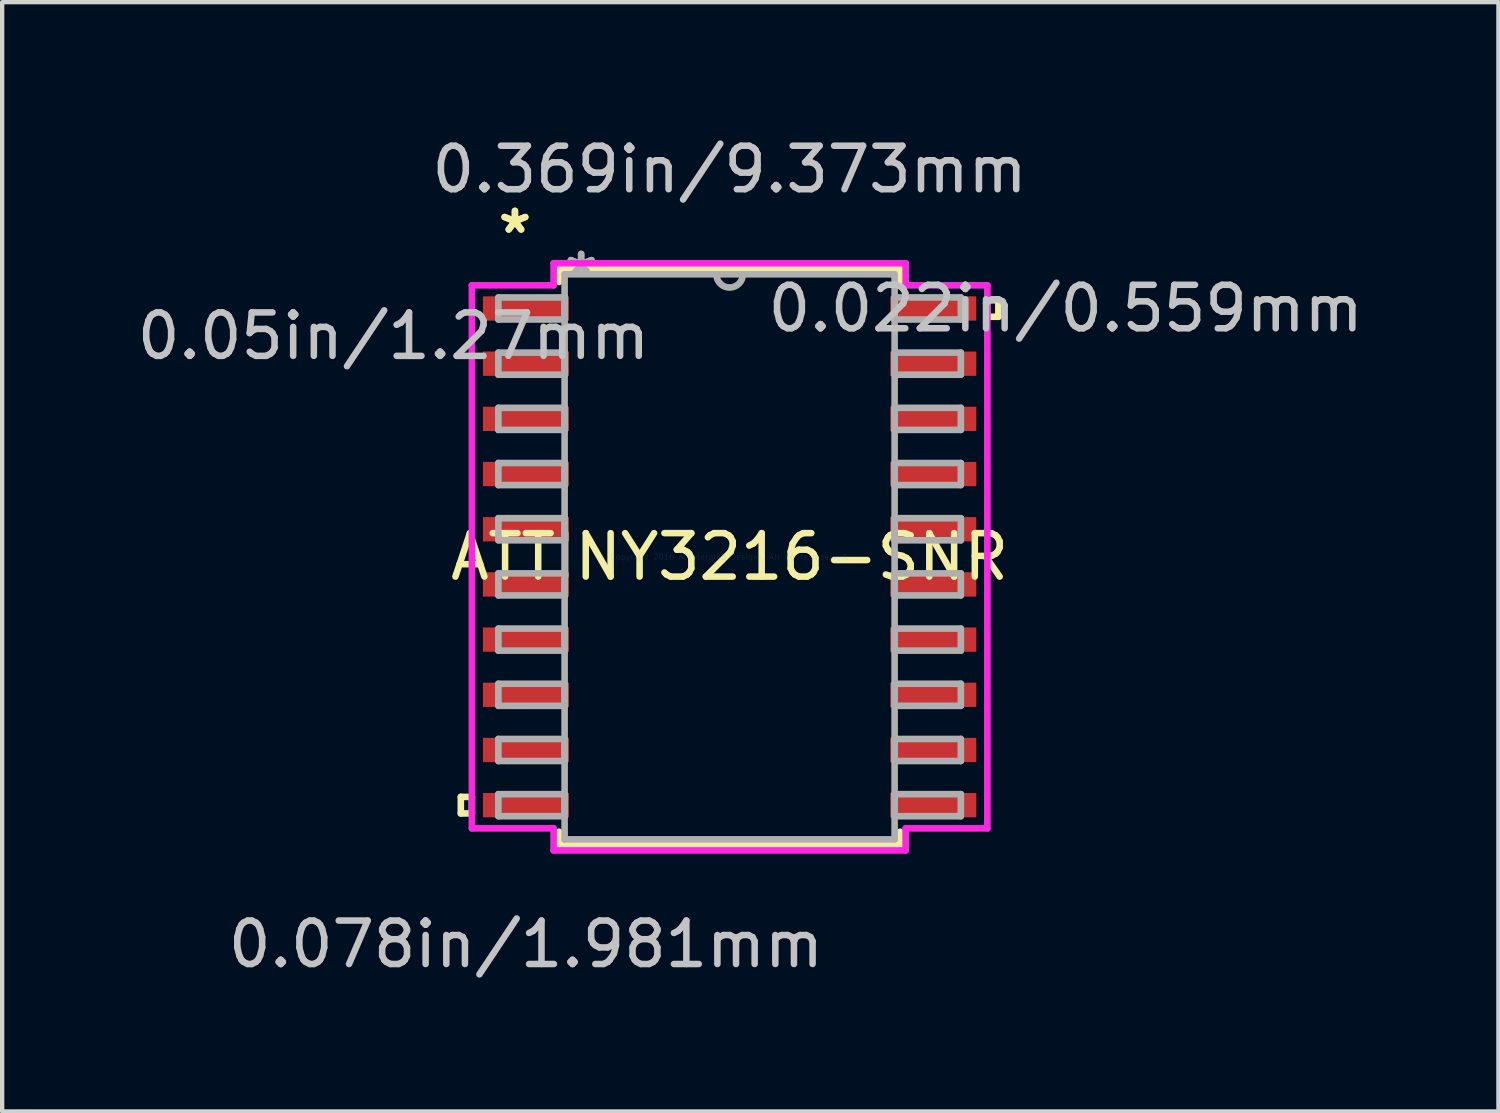
<source format=kicad_pcb>
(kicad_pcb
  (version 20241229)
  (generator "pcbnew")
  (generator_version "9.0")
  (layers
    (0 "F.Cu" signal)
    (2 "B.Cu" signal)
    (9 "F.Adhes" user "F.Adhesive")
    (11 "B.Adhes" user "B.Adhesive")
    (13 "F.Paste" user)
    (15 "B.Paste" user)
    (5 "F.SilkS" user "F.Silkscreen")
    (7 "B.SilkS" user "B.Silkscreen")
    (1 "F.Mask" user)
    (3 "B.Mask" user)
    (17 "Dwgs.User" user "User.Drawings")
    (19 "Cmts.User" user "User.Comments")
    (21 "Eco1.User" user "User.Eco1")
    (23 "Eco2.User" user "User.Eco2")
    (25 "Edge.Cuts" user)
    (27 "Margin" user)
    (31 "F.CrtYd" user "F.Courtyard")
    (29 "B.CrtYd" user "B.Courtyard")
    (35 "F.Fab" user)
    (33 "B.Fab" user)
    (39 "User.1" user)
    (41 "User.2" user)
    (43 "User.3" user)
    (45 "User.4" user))
  (footprint "ATTINY3216-SNR"
    (layer "F.Cu")
    (at 13.74 9.764)
    (property "Reference" "ATTINY3216-SNR" (at 0 0 0) (layer "F.SilkS") (effects (font (size 1 1) (thickness 0.15))))
    (attr through_hole)
    (fp_line (start -6.185 5.524) (end -6.185 5.905) (stroke (width 0.152) (type solid)) (layer "F.SilkS"))
    (fp_line (start -6.185 5.905) (end -5.931 5.905) (stroke (width 0.152) (type solid)) (layer "F.SilkS"))
    (fp_line (start -5.931 5.524) (end -6.185 5.524) (stroke (width 0.152) (type solid)) (layer "F.SilkS"))
    (fp_line (start -5.931 5.905) (end -5.931 5.524) (stroke (width 0.152) (type solid)) (layer "F.SilkS"))
    (fp_line (start -3.924 -6.629) (end -3.924 -6.327) (stroke (width 0.152) (type solid)) (layer "F.SilkS"))
    (fp_line (start -3.924 6.327) (end -3.924 6.629) (stroke (width 0.152) (type solid)) (layer "F.SilkS"))
    (fp_line (start -3.924 6.629) (end 3.924 6.629) (stroke (width 0.152) (type solid)) (layer "F.SilkS"))
    (fp_line (start 3.924 -6.629) (end -3.924 -6.629) (stroke (width 0.152) (type solid)) (layer "F.SilkS"))
    (fp_line (start 3.924 -6.327) (end 3.924 -6.629) (stroke (width 0.152) (type solid)) (layer "F.SilkS"))
    (fp_line (start 3.924 6.629) (end 3.924 6.327) (stroke (width 0.152) (type solid)) (layer "F.SilkS"))
    (fp_line (start 5.931 -5.905) (end 6.185 -5.905) (stroke (width 0.152) (type solid)) (layer "F.SilkS"))
    (fp_line (start 5.931 -5.524) (end 5.931 -5.905) (stroke (width 0.152) (type solid)) (layer "F.SilkS"))
    (fp_line (start 6.185 -5.905) (end 6.185 -5.524) (stroke (width 0.152) (type solid)) (layer "F.SilkS"))
    (fp_line (start 6.185 -5.524) (end 5.931 -5.524) (stroke (width 0.152) (type solid)) (layer "F.SilkS"))
    (fp_line (start -5.931 -6.248) (end -4.051 -6.248) (stroke (width 0.152) (type solid)) (layer "F.CrtYd"))
    (fp_line (start -5.931 6.248) (end -5.931 -6.248) (stroke (width 0.152) (type solid)) (layer "F.CrtYd"))
    (fp_line (start -4.051 -6.756) (end 4.051 -6.756) (stroke (width 0.152) (type solid)) (layer "F.CrtYd"))
    (fp_line (start -4.051 -6.248) (end -4.051 -6.756) (stroke (width 0.152) (type solid)) (layer "F.CrtYd"))
    (fp_line (start -4.051 6.248) (end -5.931 6.248) (stroke (width 0.152) (type solid)) (layer "F.CrtYd"))
    (fp_line (start -4.051 6.756) (end -4.051 6.248) (stroke (width 0.152) (type solid)) (layer "F.CrtYd"))
    (fp_line (start 4.051 -6.756) (end 4.051 -6.248) (stroke (width 0.152) (type solid)) (layer "F.CrtYd"))
    (fp_line (start 4.051 -6.248) (end 5.931 -6.248) (stroke (width 0.152) (type solid)) (layer "F.CrtYd"))
    (fp_line (start 4.051 6.248) (end 4.051 6.756) (stroke (width 0.152) (type solid)) (layer "F.CrtYd"))
    (fp_line (start 4.051 6.756) (end -4.051 6.756) (stroke (width 0.152) (type solid)) (layer "F.CrtYd"))
    (fp_line (start 5.931 -6.248) (end 5.931 6.248) (stroke (width 0.152) (type solid)) (layer "F.CrtYd"))
    (fp_line (start 5.931 6.248) (end 4.051 6.248) (stroke (width 0.152) (type solid)) (layer "F.CrtYd"))
    (fp_line (start -5.321 -5.969) (end -5.321 -5.461) (stroke (width 0.152) (type solid)) (layer "F.Fab"))
    (fp_line (start -5.321 -5.461) (end -3.797 -5.461) (stroke (width 0.152) (type solid)) (layer "F.Fab"))
    (fp_line (start -5.321 -4.699) (end -5.321 -4.191) (stroke (width 0.152) (type solid)) (layer "F.Fab"))
    (fp_line (start -5.321 -4.191) (end -3.797 -4.191) (stroke (width 0.152) (type solid)) (layer "F.Fab"))
    (fp_line (start -5.321 -3.429) (end -5.321 -2.921) (stroke (width 0.152) (type solid)) (layer "F.Fab"))
    (fp_line (start -5.321 -2.921) (end -3.797 -2.921) (stroke (width 0.152) (type solid)) (layer "F.Fab"))
    (fp_line (start -5.321 -2.159) (end -5.321 -1.651) (stroke (width 0.152) (type solid)) (layer "F.Fab"))
    (fp_line (start -5.321 -1.651) (end -3.797 -1.651) (stroke (width 0.152) (type solid)) (layer "F.Fab"))
    (fp_line (start -5.321 -0.889) (end -5.321 -0.381) (stroke (width 0.152) (type solid)) (layer "F.Fab"))
    (fp_line (start -5.321 -0.381) (end -3.797 -0.381) (stroke (width 0.152) (type solid)) (layer "F.Fab"))
    (fp_line (start -5.321 0.381) (end -5.321 0.889) (stroke (width 0.152) (type solid)) (layer "F.Fab"))
    (fp_line (start -5.321 0.889) (end -3.797 0.889) (stroke (width 0.152) (type solid)) (layer "F.Fab"))
    (fp_line (start -5.321 1.651) (end -5.321 2.159) (stroke (width 0.152) (type solid)) (layer "F.Fab"))
    (fp_line (start -5.321 2.159) (end -3.797 2.159) (stroke (width 0.152) (type solid)) (layer "F.Fab"))
    (fp_line (start -5.321 2.921) (end -5.321 3.429) (stroke (width 0.152) (type solid)) (layer "F.Fab"))
    (fp_line (start -5.321 3.429) (end -3.797 3.429) (stroke (width 0.152) (type solid)) (layer "F.Fab"))
    (fp_line (start -5.321 4.191) (end -5.321 4.699) (stroke (width 0.152) (type solid)) (layer "F.Fab"))
    (fp_line (start -5.321 4.699) (end -3.797 4.699) (stroke (width 0.152) (type solid)) (layer "F.Fab"))
    (fp_line (start -5.321 5.461) (end -5.321 5.969) (stroke (width 0.152) (type solid)) (layer "F.Fab"))
    (fp_line (start -5.321 5.969) (end -3.797 5.969) (stroke (width 0.152) (type solid)) (layer "F.Fab"))
    (fp_line (start -3.797 -6.502) (end -3.797 6.502) (stroke (width 0.152) (type solid)) (layer "F.Fab"))
    (fp_line (start -3.797 -5.969) (end -5.321 -5.969) (stroke (width 0.152) (type solid)) (layer "F.Fab"))
    (fp_line (start -3.797 -5.461) (end -3.797 -5.969) (stroke (width 0.152) (type solid)) (layer "F.Fab"))
    (fp_line (start -3.797 -4.699) (end -5.321 -4.699) (stroke (width 0.152) (type solid)) (layer "F.Fab"))
    (fp_line (start -3.797 -4.191) (end -3.797 -4.699) (stroke (width 0.152) (type solid)) (layer "F.Fab"))
    (fp_line (start -3.797 -3.429) (end -5.321 -3.429) (stroke (width 0.152) (type solid)) (layer "F.Fab"))
    (fp_line (start -3.797 -2.921) (end -3.797 -3.429) (stroke (width 0.152) (type solid)) (layer "F.Fab"))
    (fp_line (start -3.797 -2.159) (end -5.321 -2.159) (stroke (width 0.152) (type solid)) (layer "F.Fab"))
    (fp_line (start -3.797 -1.651) (end -3.797 -2.159) (stroke (width 0.152) (type solid)) (layer "F.Fab"))
    (fp_line (start -3.797 -0.889) (end -5.321 -0.889) (stroke (width 0.152) (type solid)) (layer "F.Fab"))
    (fp_line (start -3.797 -0.381) (end -3.797 -0.889) (stroke (width 0.152) (type solid)) (layer "F.Fab"))
    (fp_line (start -3.797 0.381) (end -5.321 0.381) (stroke (width 0.152) (type solid)) (layer "F.Fab"))
    (fp_line (start -3.797 0.889) (end -3.797 0.381) (stroke (width 0.152) (type solid)) (layer "F.Fab"))
    (fp_line (start -3.797 1.651) (end -5.321 1.651) (stroke (width 0.152) (type solid)) (layer "F.Fab"))
    (fp_line (start -3.797 2.159) (end -3.797 1.651) (stroke (width 0.152) (type solid)) (layer "F.Fab"))
    (fp_line (start -3.797 2.921) (end -5.321 2.921) (stroke (width 0.152) (type solid)) (layer "F.Fab"))
    (fp_line (start -3.797 3.429) (end -3.797 2.921) (stroke (width 0.152) (type solid)) (layer "F.Fab"))
    (fp_line (start -3.797 4.191) (end -5.321 4.191) (stroke (width 0.152) (type solid)) (layer "F.Fab"))
    (fp_line (start -3.797 4.699) (end -3.797 4.191) (stroke (width 0.152) (type solid)) (layer "F.Fab"))
    (fp_line (start -3.797 5.461) (end -5.321 5.461) (stroke (width 0.152) (type solid)) (layer "F.Fab"))
    (fp_line (start -3.797 5.969) (end -3.797 5.461) (stroke (width 0.152) (type solid)) (layer "F.Fab"))
    (fp_line (start -3.797 6.502) (end 3.797 6.502) (stroke (width 0.152) (type solid)) (layer "F.Fab"))
    (fp_line (start 3.797 -6.502) (end -3.797 -6.502) (stroke (width 0.152) (type solid)) (layer "F.Fab"))
    (fp_line (start 3.797 -5.969) (end 3.797 -5.461) (stroke (width 0.152) (type solid)) (layer "F.Fab"))
    (fp_line (start 3.797 -5.461) (end 5.321 -5.461) (stroke (width 0.152) (type solid)) (layer "F.Fab"))
    (fp_line (start 3.797 -4.699) (end 3.797 -4.191) (stroke (width 0.152) (type solid)) (layer "F.Fab"))
    (fp_line (start 3.797 -4.191) (end 5.321 -4.191) (stroke (width 0.152) (type solid)) (layer "F.Fab"))
    (fp_line (start 3.797 -3.429) (end 3.797 -2.921) (stroke (width 0.152) (type solid)) (layer "F.Fab"))
    (fp_line (start 3.797 -2.921) (end 5.321 -2.921) (stroke (width 0.152) (type solid)) (layer "F.Fab"))
    (fp_line (start 3.797 -2.159) (end 3.797 -1.651) (stroke (width 0.152) (type solid)) (layer "F.Fab"))
    (fp_line (start 3.797 -1.651) (end 5.321 -1.651) (stroke (width 0.152) (type solid)) (layer "F.Fab"))
    (fp_line (start 3.797 -0.889) (end 3.797 -0.381) (stroke (width 0.152) (type solid)) (layer "F.Fab"))
    (fp_line (start 3.797 -0.381) (end 5.321 -0.381) (stroke (width 0.152) (type solid)) (layer "F.Fab"))
    (fp_line (start 3.797 0.381) (end 3.797 0.889) (stroke (width 0.152) (type solid)) (layer "F.Fab"))
    (fp_line (start 3.797 0.889) (end 5.321 0.889) (stroke (width 0.152) (type solid)) (layer "F.Fab"))
    (fp_line (start 3.797 1.651) (end 3.797 2.159) (stroke (width 0.152) (type solid)) (layer "F.Fab"))
    (fp_line (start 3.797 2.159) (end 5.321 2.159) (stroke (width 0.152) (type solid)) (layer "F.Fab"))
    (fp_line (start 3.797 2.921) (end 3.797 3.429) (stroke (width 0.152) (type solid)) (layer "F.Fab"))
    (fp_line (start 3.797 3.429) (end 5.321 3.429) (stroke (width 0.152) (type solid)) (layer "F.Fab"))
    (fp_line (start 3.797 4.191) (end 3.797 4.699) (stroke (width 0.152) (type solid)) (layer "F.Fab"))
    (fp_line (start 3.797 4.699) (end 5.321 4.699) (stroke (width 0.152) (type solid)) (layer "F.Fab"))
    (fp_line (start 3.797 5.461) (end 3.797 5.969) (stroke (width 0.152) (type solid)) (layer "F.Fab"))
    (fp_line (start 3.797 5.969) (end 5.321 5.969) (stroke (width 0.152) (type solid)) (layer "F.Fab"))
    (fp_line (start 3.797 6.502) (end 3.797 -6.502) (stroke (width 0.152) (type solid)) (layer "F.Fab"))
    (fp_line (start 5.321 -5.969) (end 3.797 -5.969) (stroke (width 0.152) (type solid)) (layer "F.Fab"))
    (fp_line (start 5.321 -5.461) (end 5.321 -5.969) (stroke (width 0.152) (type solid)) (layer "F.Fab"))
    (fp_line (start 5.321 -4.699) (end 3.797 -4.699) (stroke (width 0.152) (type solid)) (layer "F.Fab"))
    (fp_line (start 5.321 -4.191) (end 5.321 -4.699) (stroke (width 0.152) (type solid)) (layer "F.Fab"))
    (fp_line (start 5.321 -3.429) (end 3.797 -3.429) (stroke (width 0.152) (type solid)) (layer "F.Fab"))
    (fp_line (start 5.321 -2.921) (end 5.321 -3.429) (stroke (width 0.152) (type solid)) (layer "F.Fab"))
    (fp_line (start 5.321 -2.159) (end 3.797 -2.159) (stroke (width 0.152) (type solid)) (layer "F.Fab"))
    (fp_line (start 5.321 -1.651) (end 5.321 -2.159) (stroke (width 0.152) (type solid)) (layer "F.Fab"))
    (fp_line (start 5.321 -0.889) (end 3.797 -0.889) (stroke (width 0.152) (type solid)) (layer "F.Fab"))
    (fp_line (start 5.321 -0.381) (end 5.321 -0.889) (stroke (width 0.152) (type solid)) (layer "F.Fab"))
    (fp_line (start 5.321 0.381) (end 3.797 0.381) (stroke (width 0.152) (type solid)) (layer "F.Fab"))
    (fp_line (start 5.321 0.889) (end 5.321 0.381) (stroke (width 0.152) (type solid)) (layer "F.Fab"))
    (fp_line (start 5.321 1.651) (end 3.797 1.651) (stroke (width 0.152) (type solid)) (layer "F.Fab"))
    (fp_line (start 5.321 2.159) (end 5.321 1.651) (stroke (width 0.152) (type solid)) (layer "F.Fab"))
    (fp_line (start 5.321 2.921) (end 3.797 2.921) (stroke (width 0.152) (type solid)) (layer "F.Fab"))
    (fp_line (start 5.321 3.429) (end 5.321 2.921) (stroke (width 0.152) (type solid)) (layer "F.Fab"))
    (fp_line (start 5.321 4.191) (end 3.797 4.191) (stroke (width 0.152) (type solid)) (layer "F.Fab"))
    (fp_line (start 5.321 4.699) (end 5.321 4.191) (stroke (width 0.152) (type solid)) (layer "F.Fab"))
    (fp_line (start 5.321 5.461) (end 3.797 5.461) (stroke (width 0.152) (type solid)) (layer "F.Fab"))
    (fp_line (start 5.321 5.969) (end 5.321 5.461) (stroke (width 0.152) (type solid)) (layer "F.Fab"))
    (fp_arc (start 0.3048 -6.5024) (mid 0 -6.1976) (end -0.3048 -6.5024) (stroke (width 0.1524) (type solid)) (layer "F.Fab"))
    (fp_text user "*" (at -4.94 -7.417 0) (layer "F.SilkS") (effects (font (size 1 1) (thickness 0.15))))
    (fp_text user "*" (at -4.94 -7.417 0) (layer "F.SilkS") (effects (font (size 1 1) (thickness 0.15))))
    (fp_text user "0.369in/9.373mm" (at 0 -8.915 0) (layer "Dwgs.User") (effects (font (size 1 1) (thickness 0.15))))
    (fp_text user "0.05in/1.27mm" (at -7.734 -5.08 0) (layer "Dwgs.User") (effects (font (size 1 1) (thickness 0.15))))
    (fp_text user "0.078in/1.981mm" (at -4.686 8.915 0) (layer "Dwgs.User") (effects (font (size 1 1) (thickness 0.15))))
    (fp_text user "0.022in/0.559mm" (at 7.734 -5.715 0) (layer "Dwgs.User") (effects (font (size 1 1) (thickness 0.15))))
    (fp_text user "Copyright 2016 Accelerated Designs. All rights reserved." (at 0 0 0) (layer "Cmts.User") (effects (font (size 0.127 0.127) (thickness 0.002))))
    (fp_text user "*" (at -3.416 -6.426 0) (layer "F.Fab") (effects (font (size 1 1) (thickness 0.15))))
    (fp_text user "*" (at -3.416 -6.426 0) (layer "F.Fab") (effects (font (size 1 1) (thickness 0.15))))
    (pad "1" smd rect (at -4.686 -5.715) (size 1.981 0.559) (layers "F.Cu" "F.Mask" "F.Paste"))
    (pad "2" smd rect (at -4.686 -4.445) (size 1.981 0.559) (layers "F.Cu" "F.Mask" "F.Paste"))
    (pad "3" smd rect (at -4.686 -3.175) (size 1.981 0.559) (layers "F.Cu" "F.Mask" "F.Paste"))
    (pad "4" smd rect (at -4.686 -1.905) (size 1.981 0.559) (layers "F.Cu" "F.Mask" "F.Paste"))
    (pad "5" smd rect (at -4.686 -0.635) (size 1.981 0.559) (layers "F.Cu" "F.Mask" "F.Paste"))
    (pad "6" smd rect (at -4.686 0.635) (size 1.981 0.559) (layers "F.Cu" "F.Mask" "F.Paste"))
    (pad "7" smd rect (at -4.686 1.905) (size 1.981 0.559) (layers "F.Cu" "F.Mask" "F.Paste"))
    (pad "8" smd rect (at -4.686 3.175) (size 1.981 0.559) (layers "F.Cu" "F.Mask" "F.Paste"))
    (pad "9" smd rect (at -4.686 4.445) (size 1.981 0.559) (layers "F.Cu" "F.Mask" "F.Paste"))
    (pad "10" smd rect (at -4.686 5.715) (size 1.981 0.559) (layers "F.Cu" "F.Mask" "F.Paste"))
    (pad "11" smd rect (at 4.686 5.715) (size 1.981 0.559) (layers "F.Cu" "F.Mask" "F.Paste"))
    (pad "12" smd rect (at 4.686 4.445) (size 1.981 0.559) (layers "F.Cu" "F.Mask" "F.Paste"))
    (pad "13" smd rect (at 4.686 3.175) (size 1.981 0.559) (layers "F.Cu" "F.Mask" "F.Paste"))
    (pad "14" smd rect (at 4.686 1.905) (size 1.981 0.559) (layers "F.Cu" "F.Mask" "F.Paste"))
    (pad "15" smd rect (at 4.686 0.635) (size 1.981 0.559) (layers "F.Cu" "F.Mask" "F.Paste"))
    (pad "16" smd rect (at 4.686 -0.635) (size 1.981 0.559) (layers "F.Cu" "F.Mask" "F.Paste"))
    (pad "17" smd rect (at 4.686 -1.905) (size 1.981 0.559) (layers "F.Cu" "F.Mask" "F.Paste"))
    (pad "18" smd rect (at 4.686 -3.175) (size 1.981 0.559) (layers "F.Cu" "F.Mask" "F.Paste"))
    (pad "19" smd rect (at 4.686 -4.445) (size 1.981 0.559) (layers "F.Cu" "F.Mask" "F.Paste"))
    (pad "20" smd rect (at 4.686 -5.715) (size 1.981 0.559) (layers "F.Cu" "F.Mask" "F.Paste")))
  (gr_rect
    (start -3 -3)
    (end 31.433 22.527)
    (stroke (width 0.1) (type default))
    (fill no)
    (layer "Edge.Cuts")))
</source>
